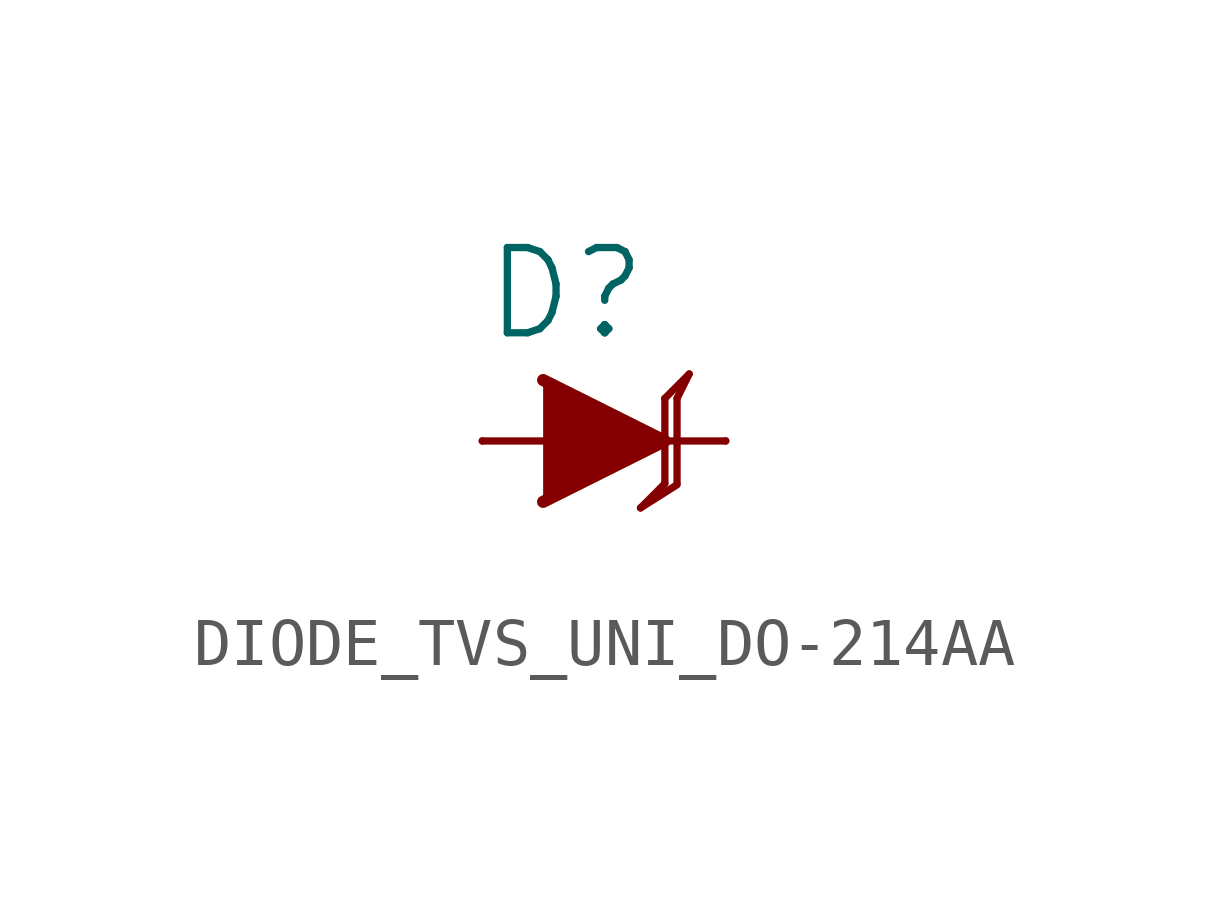
<source format=kicad_sym>
(kicad_symbol_lib
  (version 20220914)
  (generator kicad_symbol_editor)
  (symbol "DIODE_TVS_UNI_DO-214AA"
    (property "Reference" "D"
      (at -2.54 2.032 0)
      (effects (font (size 1.778 1.778)) (justify left bottom)))
    (property "Value" ""
      (at -2.54 -2.032 0)
      (effects (font (size 1.778 1.778)) (justify left top)))
    (property "ki_locked" ""
      (at 0 0 0)
      (effects (font (size 1.27 1.27))))
    (symbol "DIODE_TVS_UNI_DO-214AA_1_0"
      (polyline (pts (xy -2.54 0) (xy -1.27 0)) (stroke (width 0.152) (type solid)) (fill (type none)))
      (polyline (pts (xy 1.27 -0.889) (xy 0.762 -1.397)) (stroke (width 0.152) (type solid)) (fill (type none)))
      (polyline (pts (xy 1.27 0) (xy 1.27 -0.889)) (stroke (width 0.152) (type solid)) (fill (type none)))
      (polyline (pts (xy 1.27 0.889) (xy 1.27 0)) (stroke (width 0.152) (type solid)) (fill (type none)))
      (polyline (pts (xy 1.27 0.889) (xy 1.778 1.397)) (stroke (width 0.152) (type solid)) (fill (type none)))
      (polyline (pts (xy 1.524 -0.914) (xy 0.762 -1.397)) (stroke (width 0.152) (type solid)) (fill (type none)))
      (polyline (pts (xy 1.524 0) (xy 1.27 0)) (stroke (width 0.152) (type solid)) (fill (type none)))
      (polyline (pts (xy 1.524 0) (xy 1.524 -0.889)) (stroke (width 0.152) (type solid)) (fill (type none)))
      (polyline (pts (xy 1.524 0.889) (xy 1.524 0)) (stroke (width 0.152) (type solid)) (fill (type none)))
      (polyline (pts (xy 1.524 0.889) (xy 1.778 1.397)) (stroke (width 0.152) (type solid)) (fill (type none)))
      (polyline (pts (xy 2.54 0) (xy 1.524 0)) (stroke (width 0.152) (type solid)) (fill (type none)))
      (polyline (pts (xy -1.27 1.27) (xy 1.27 0) (xy -1.27 -1.27)) (stroke (width 0.254) (type solid)) (fill (type outline)))
      (pin passive line (at -2.54 0 0) (length 0) (name "A" (effects (font (size 0 0)))) (number "A" (effects (font (size 0 0)))))
      (pin passive line (at 2.54 0 180) (length 0) (name "C" (effects (font (size 0 0)))) (number "C" (effects (font (size 0 0))))))))
</source>
